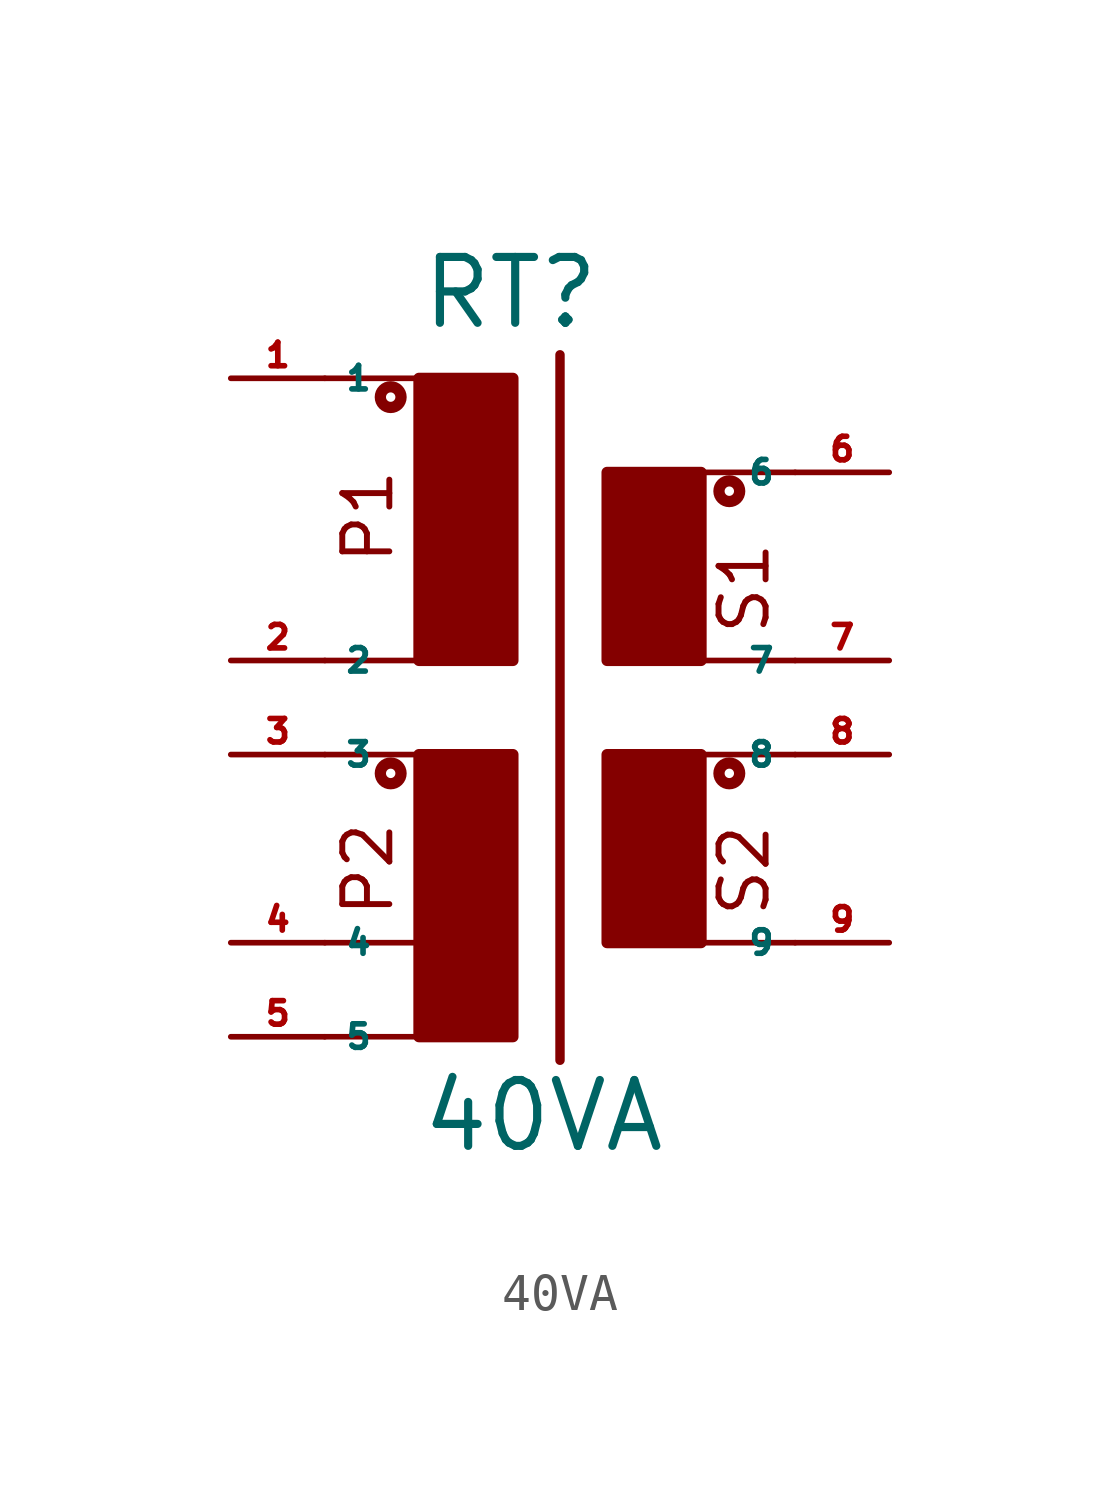
<source format=kicad_sym>
(kicad_symbol_lib
  (version 20220914)
  (generator Eagle2Kicad)
  (symbol "40VA"
    (property "Reference" "RT"
      (at -2.54 8.89 0)
      (effects (font (size 1.778 1.778) (thickness 0.22)) (justify left bottom)))
    (property "Value" "40VA"
      (at -2.54 -13.335 0)
      (effects (font (size 1.778 1.778) (thickness 0.22)) (justify left bottom)))
    (polyline
      (pts (xy -5.08 7.62) (xy -2.54 7.62))
      (stroke (width 0.152) (type default))
      (fill (type none)))
    (polyline
      (pts (xy 0 7.62) (xy 0 0))
      (stroke (width 0.254) (type default))
      (fill (type none)))
    (polyline
      (pts (xy 0 0) (xy -2.54 0))
      (stroke (width 0.254) (type default))
      (fill (type none)))
    (polyline
      (pts (xy 2.54 5.08) (xy 2.54 0))
      (stroke (width 0.254) (type default))
      (fill (type none)))
    (polyline
      (pts (xy 2.54 0) (xy 5.08 0))
      (stroke (width 0.254) (type default))
      (fill (type none)))
    (polyline
      (pts (xy 2.54 5.08) (xy 5.08 5.08))
      (stroke (width 0.254) (type default))
      (fill (type none)))
    (polyline
      (pts (xy 7.62 -2.54) (xy 5.08 -2.54))
      (stroke (width 0.152) (type default))
      (fill (type none)))
    (polyline
      (pts (xy 2.54 -2.54) (xy 2.54 -7.62))
      (stroke (width 0.254) (type default))
      (fill (type none)))
    (polyline
      (pts (xy 2.54 -7.62) (xy 5.08 -7.62))
      (stroke (width 0.254) (type default))
      (fill (type none)))
    (polyline
      (pts (xy 1.27 8.255) (xy 1.27 -10.795))
      (stroke (width 0.254) (type default))
      (fill (type none)))
    (polyline
      (pts (xy 5.08 5.08) (xy 5.08 0))
      (stroke (width 0.254) (type default))
      (fill (type none)))
    (polyline
      (pts (xy 5.08 5.08) (xy 7.62 5.08))
      (stroke (width 0.152) (type default))
      (fill (type none)))
    (polyline
      (pts (xy 5.08 0) (xy 7.62 0))
      (stroke (width 0.152) (type default))
      (fill (type none)))
    (polyline
      (pts (xy 5.08 -2.54) (xy 5.08 -7.62))
      (stroke (width 0.254) (type default))
      (fill (type none)))
    (polyline
      (pts (xy 5.08 -2.54) (xy 2.54 -2.54))
      (stroke (width 0.254) (type default))
      (fill (type none)))
    (polyline
      (pts (xy 5.08 -7.62) (xy 7.62 -7.62))
      (stroke (width 0.152) (type default))
      (fill (type none)))
    (polyline
      (pts (xy -2.54 7.62) (xy -2.54 0))
      (stroke (width 0.254) (type default))
      (fill (type none)))
    (polyline
      (pts (xy -2.54 7.62) (xy 0 7.62))
      (stroke (width 0.254) (type default))
      (fill (type none)))
    (polyline
      (pts (xy -2.54 0) (xy -5.08 0))
      (stroke (width 0.152) (type default))
      (fill (type none)))
    (polyline
      (pts (xy -5.08 -2.54) (xy -2.54 -2.54))
      (stroke (width 0.152) (type default))
      (fill (type none)))
    (polyline
      (pts (xy -2.54 -2.54) (xy 0 -2.54))
      (stroke (width 0.254) (type default))
      (fill (type none)))
    (polyline
      (pts (xy 0 -2.54) (xy 0 -10.16))
      (stroke (width 0.254) (type default))
      (fill (type none)))
    (polyline
      (pts (xy -2.54 -2.54) (xy -2.54 -7.62))
      (stroke (width 0.254) (type default))
      (fill (type none)))
    (polyline
      (pts (xy 0 -10.16) (xy -2.54 -10.16))
      (stroke (width 0.254) (type default))
      (fill (type none)))
    (polyline
      (pts (xy -2.54 -10.16) (xy -5.08 -10.16))
      (stroke (width 0.152) (type default))
      (fill (type none)))
    (polyline
      (pts (xy -5.08 -7.62) (xy -2.54 -7.62))
      (stroke (width 0.152) (type default))
      (fill (type none)))
    (polyline
      (pts (xy -2.54 -7.62) (xy -2.54 -10.16))
      (stroke (width 0.254) (type default))
      (fill (type none)))
    (text "P1"
      (at -3.175 2.54 900)
      (effects (font (size 1.27 1.27) (thickness 0.16)) (justify left bottom)))
    (text "P2"
      (at -3.175 -6.985 900)
      (effects (font (size 1.27 1.27) (thickness 0.16)) (justify left bottom)))
    (text "S1"
      (at 6.985 0.635 900)
      (effects (font (size 1.27 1.27) (thickness 0.16)) (justify left bottom)))
    (text "S2"
      (at 6.985 -6.985 900)
      (effects (font (size 1.27 1.27) (thickness 0.16)) (justify left bottom)))
    (circle
      (center -3.302 7.112)
      (radius 0.127)
      (stroke (width 0.305) (type default))
      (fill (type none)))
    (circle
      (center -3.302 -3.048)
      (radius 0.127)
      (stroke (width 0.305) (type default))
      (fill (type none)))
    (circle
      (center 5.842 4.572)
      (radius 0.127)
      (stroke (width 0.305) (type default))
      (fill (type none)))
    (circle
      (center 5.842 -3.048)
      (radius 0.127)
      (stroke (width 0.305) (type default))
      (fill (type none)))
    (rectangle
      (start 2.54 0)
      (end 5.08 5.08)
      (stroke (width 0.3) (type default))
      (fill (type outline)))
    (rectangle
      (start 2.54 -7.62)
      (end 5.08 -2.54)
      (stroke (width 0.3) (type default))
      (fill (type outline)))
    (rectangle
      (start -2.54 -10.16)
      (end 0 -2.54)
      (stroke (width 0.3) (type default))
      (fill (type outline)))
    (rectangle
      (start -2.54 0)
      (end 0 7.62)
      (stroke (width 0.3) (type default))
      (fill (type outline)))
    (pin passive line
      (at -7.62 7.62 0)
      (length 2.54)
      (name "1" (effects (font (size 0.635 0.635) (thickness 0.08)) (justify left bottom)))
      (number "1" (effects (font (size 0.635 0.635) (thickness 0.08)) (justify left bottom))))
    (pin passive line
      (at -7.62 0 0)
      (length 2.54)
      (name "2" (effects (font (size 0.635 0.635) (thickness 0.08)) (justify left bottom)))
      (number "2" (effects (font (size 0.635 0.635) (thickness 0.08)) (justify left bottom))))
    (pin passive line
      (at 10.16 5.08 180)
      (length 2.54)
      (name "6" (effects (font (size 0.635 0.635) (thickness 0.08)) (justify left bottom)))
      (number "6" (effects (font (size 0.635 0.635) (thickness 0.08)) (justify left bottom))))
    (pin passive line
      (at 10.16 0 180)
      (length 2.54)
      (name "7" (effects (font (size 0.635 0.635) (thickness 0.08)) (justify left bottom)))
      (number "7" (effects (font (size 0.635 0.635) (thickness 0.08)) (justify left bottom))))
    (pin passive line
      (at 10.16 -2.54 180)
      (length 2.54)
      (name "8" (effects (font (size 0.635 0.635) (thickness 0.08)) (justify left bottom)))
      (number "8" (effects (font (size 0.635 0.635) (thickness 0.08)) (justify left bottom))))
    (pin passive line
      (at 10.16 -7.62 180)
      (length 2.54)
      (name "9" (effects (font (size 0.635 0.635) (thickness 0.08)) (justify left bottom)))
      (number "9" (effects (font (size 0.635 0.635) (thickness 0.08)) (justify left bottom))))
    (pin passive line
      (at -7.62 -2.54 0)
      (length 2.54)
      (name "3" (effects (font (size 0.635 0.635) (thickness 0.08)) (justify left bottom)))
      (number "3" (effects (font (size 0.635 0.635) (thickness 0.08)) (justify left bottom))))
    (pin passive line
      (at -7.62 -7.62 0)
      (length 2.54)
      (name "4" (effects (font (size 0.635 0.635) (thickness 0.08)) (justify left bottom)))
      (number "4" (effects (font (size 0.635 0.635) (thickness 0.08)) (justify left bottom))))
    (pin passive line
      (at -7.62 -10.16 0)
      (length 2.54)
      (name "5" (effects (font (size 0.635 0.635) (thickness 0.08)) (justify left bottom)))
      (number "5" (effects (font (size 0.635 0.635) (thickness 0.08)) (justify left bottom))))))
</source>
